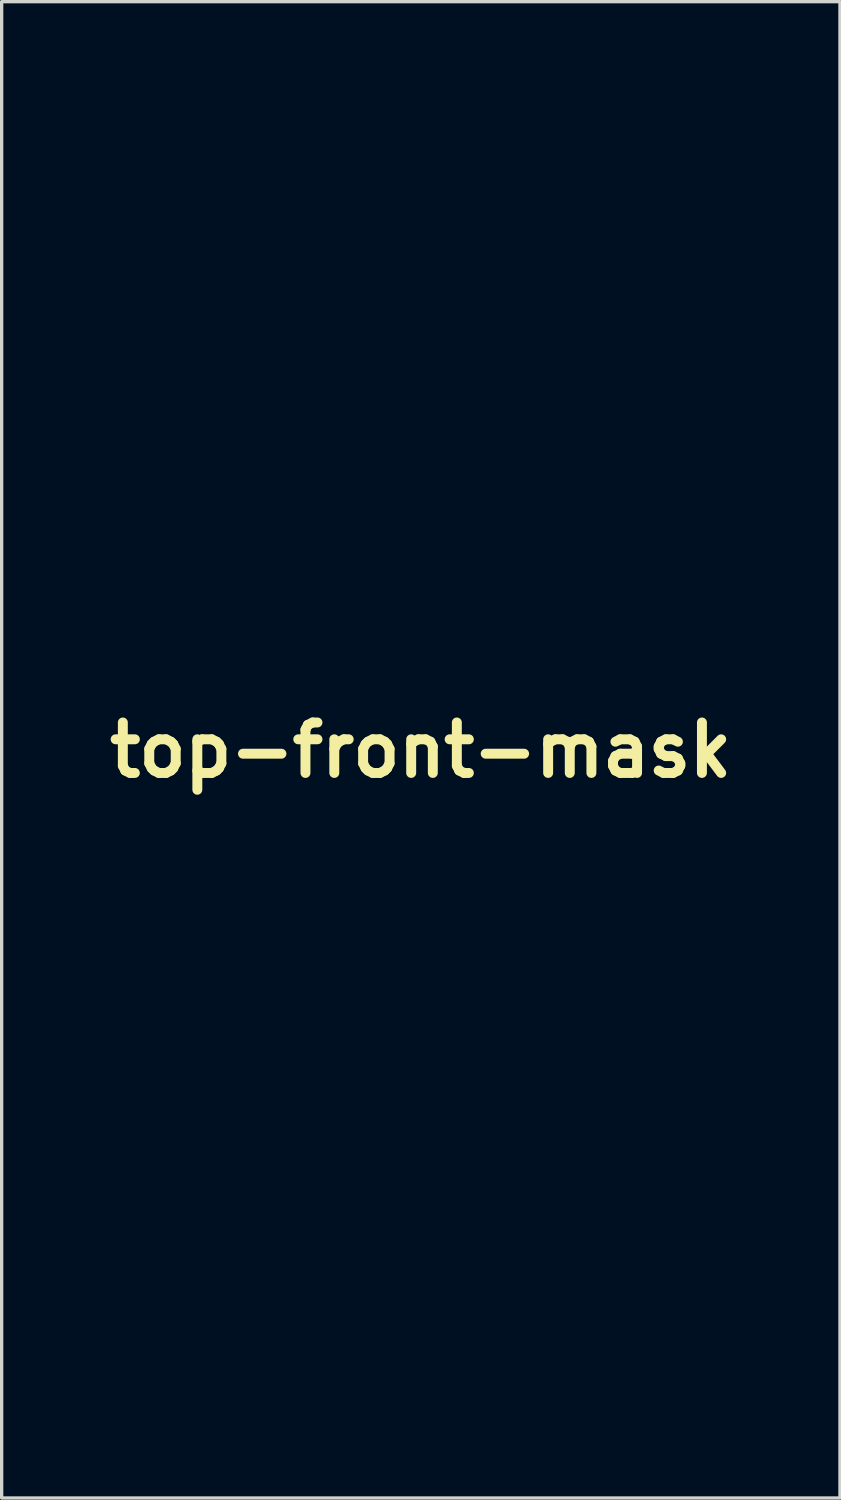
<source format=kicad_pcb>
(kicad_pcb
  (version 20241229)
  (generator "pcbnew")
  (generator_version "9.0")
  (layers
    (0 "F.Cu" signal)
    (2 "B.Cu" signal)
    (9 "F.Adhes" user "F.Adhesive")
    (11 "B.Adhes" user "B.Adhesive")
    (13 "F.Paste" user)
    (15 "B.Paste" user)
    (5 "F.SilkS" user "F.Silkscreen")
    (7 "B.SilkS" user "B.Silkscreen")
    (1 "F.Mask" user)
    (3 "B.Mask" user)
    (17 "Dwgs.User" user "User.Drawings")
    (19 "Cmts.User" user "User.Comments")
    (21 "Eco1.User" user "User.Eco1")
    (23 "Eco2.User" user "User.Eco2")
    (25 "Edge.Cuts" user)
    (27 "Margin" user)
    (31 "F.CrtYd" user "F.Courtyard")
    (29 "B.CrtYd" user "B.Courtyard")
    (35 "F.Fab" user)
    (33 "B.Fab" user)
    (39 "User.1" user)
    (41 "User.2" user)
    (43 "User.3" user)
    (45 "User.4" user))
  (footprint "top-front-mask"
    (layer "F.Cu")
    (at 9.659 19.605)
    (property "Reference" "top-front-mask" (at 0 0 0) (layer "F.SilkS") (effects (font (size 1.524 1.524) (thickness 0.3))))
    (attr through_hole)
    (fp_poly (pts (xy 1.4 19.275) (xy 1.375 19.3) (xy 1.35 19.275) (xy 1.375 19.25) (xy 1.4 19.275)) (stroke (width 0.01) (type solid)) (fill yes) (layer "F.Mask"))
    (fp_poly (pts (xy -4.012 -2.602) (xy -3.837 -2.558) (xy -3.683 -2.482) (xy -3.432 -2.297) (xy -3.23 -2.071) (xy -3.089 -1.825) (xy -3.019 -1.578) (xy -3.029 -1.359) (xy -3.075 -1.175) (xy -4.244 -1.162) (xy -5.414 -1.148) (xy -5.389 -1.49) (xy -5.327 -1.839) (xy -5.192 -2.124) (xy -4.977 -2.357) (xy -4.834 -2.46) (xy -4.678 -2.552) (xy -4.548 -2.6) (xy -4.399 -2.618) (xy -4.239 -2.618) (xy -4.012 -2.602)) (stroke (width 0.01) (type solid)) (fill yes) (layer "F.Mask"))
    (fp_poly (pts (xy 3.964 3.985) (xy 4.06 4.016) (xy 4.259 4.146) (xy 4.38 4.337) (xy 4.422 4.591) (xy 4.422 4.592) (xy 4.425 4.822) (xy 4.2 4.854) (xy 3.877 4.894) (xy 3.587 4.919) (xy 3.345 4.928) (xy 3.167 4.921) (xy 3.069 4.898) (xy 3.062 4.892) (xy 3.008 4.773) (xy 3.011 4.607) (xy 3.064 4.422) (xy 3.157 4.245) (xy 3.283 4.105) (xy 3.3 4.092) (xy 3.493 4.002) (xy 3.729 3.965) (xy 3.964 3.985)) (stroke (width 0.01) (type solid)) (fill yes) (layer "F.Mask"))
    (fp_poly (pts (xy 3.301 -0.558) (xy 3.487 -0.428) (xy 3.617 -0.241) (xy 3.676 -0.01) (xy 3.65 0.25) (xy 3.587 0.388) (xy 3.502 0.454) (xy 3.414 0.437) (xy 3.365 0.379) (xy 3.297 0.328) (xy 3.163 0.263) (xy 2.991 0.198) (xy 2.813 0.142) (xy 2.659 0.106) (xy 2.589 0.099) (xy 2.439 0.078) (xy 2.37 0.008) (xy 2.374 -0.124) (xy 2.39 -0.188) (xy 2.478 -0.385) (xy 2.613 -0.512) (xy 2.81 -0.59) (xy 3.07 -0.617) (xy 3.301 -0.558)) (stroke (width 0.01) (type solid)) (fill yes) (layer "F.Mask"))
    (fp_poly (pts (xy -0.463 0.649) (xy -0.279 0.717) (xy -0.108 0.805) (xy -0.001 0.893) (xy 0.073 1.009) (xy 0.096 1.061) (xy 0.161 1.244) (xy 0.207 1.439) (xy 0.231 1.617) (xy 0.226 1.745) (xy 0.212 1.78) (xy 0.153 1.799) (xy 0.014 1.818) (xy -0.185 1.837) (xy -0.424 1.854) (xy -0.682 1.868) (xy -0.94 1.879) (xy -1.178 1.885) (xy -1.375 1.885) (xy -1.512 1.879) (xy -1.566 1.867) (xy -1.585 1.802) (xy -1.597 1.67) (xy -1.6 1.566) (xy -1.558 1.246) (xy -1.442 0.983) (xy -1.262 0.784) (xy -1.03 0.657) (xy -0.76 0.609) (xy -0.463 0.649)) (stroke (width 0.01) (type solid)) (fill yes) (layer "F.Mask"))
    (fp_poly (pts (xy -2.692 -14.86) (xy -2.474 -14.859) (xy -2.313 -14.855) (xy -2.263 -14.853) (xy -2.225 -14.839) (xy -2.207 -14.792) (xy -2.21 -14.698) (xy -2.236 -14.542) (xy -2.286 -14.312) (xy -2.323 -14.15) (xy -2.379 -13.91) (xy -2.43 -13.684) (xy -2.47 -13.503) (xy -2.486 -13.425) (xy -2.525 -13.225) (xy -2.938 -13.21) (xy -3.16 -13.208) (xy -3.297 -13.219) (xy -3.362 -13.245) (xy -3.371 -13.26) (xy -3.4 -13.349) (xy -3.445 -13.48) (xy -3.452 -13.5) (xy -3.5 -13.662) (xy -3.545 -13.854) (xy -3.556 -13.912) (xy -3.612 -14.213) (xy -3.654 -14.431) (xy -3.669 -14.5) (xy -3.237 -14.5) (xy -3.233 -14.376) (xy -3.175 -14.3) (xy -3.115 -14.193) (xy -3.104 -14.034) (xy -3.144 -13.86) (xy -3.157 -13.831) (xy -3.194 -13.682) (xy -3.151 -13.589) (xy -3.03 -13.557) (xy -2.988 -13.559) (xy -2.854 -13.598) (xy -2.809 -13.665) (xy -2.813 -13.791) (xy -2.828 -13.84) (xy -2.851 -13.958) (xy -2.85 -14.112) (xy -2.829 -14.253) (xy -2.797 -14.328) (xy -2.771 -14.428) (xy -2.815 -14.546) (xy -2.913 -14.643) (xy -2.929 -14.652) (xy -3.031 -14.689) (xy -3.113 -14.657) (xy -3.15 -14.625) (xy -3.237 -14.5) (xy -3.669 -14.5) (xy -3.686 -14.584) (xy -3.712 -14.689) (xy -3.726 -14.738) (xy -3.739 -14.795) (xy -3.721 -14.829) (xy -3.651 -14.847) (xy -3.512 -14.854) (xy -3.393 -14.857) (xy -3.181 -14.86) (xy -2.937 -14.861) (xy -2.692 -14.86)) (stroke (width 0.01) (type solid)) (fill yes) (layer "F.Mask"))
    (fp_poly (pts (xy 4.876 -19.584) (xy 4.893 -19.525) (xy 4.894 -19.404) (xy 4.88 -19.212) (xy 4.867 -18.994) (xy 4.874 -18.841) (xy 4.904 -18.722) (xy 4.936 -18.65) (xy 5.013 -18.53) (xy 5.103 -18.48) (xy 5.188 -18.472) (xy 5.318 -18.454) (xy 5.405 -18.415) (xy 5.406 -18.414) (xy 5.421 -18.353) (xy 5.341 -18.299) (xy 5.171 -18.255) (xy 4.915 -18.222) (xy 4.865 -18.218) (xy 4.599 -18.189) (xy 4.426 -18.153) (xy 4.34 -18.107) (xy 4.335 -18.048) (xy 4.351 -18.024) (xy 4.388 -17.905) (xy 4.352 -17.738) (xy 4.249 -17.54) (xy 4.131 -17.379) (xy 3.917 -17.129) (xy 3.741 -16.949) (xy 3.586 -16.826) (xy 3.437 -16.745) (xy 3.323 -16.707) (xy 3.12 -16.649) (xy 2.911 -16.588) (xy 2.85 -16.57) (xy 2.523 -16.473) (xy 2.246 -16.396) (xy 2.03 -16.341) (xy 1.889 -16.311) (xy 1.842 -16.308) (xy 1.747 -16.32) (xy 1.613 -16.336) (xy 1.612 -16.336) (xy 1.459 -16.386) (xy 1.319 -16.476) (xy 1.318 -16.478) (xy 1.235 -16.57) (xy 1.206 -16.666) (xy 1.218 -16.812) (xy 1.218 -16.812) (xy 1.279 -17.182) (xy 1.348 -17.47) (xy 1.432 -17.694) (xy 1.54 -17.87) (xy 1.681 -18.016) (xy 1.845 -18.139) (xy 2.015 -18.246) (xy 2.175 -18.336) (xy 2.279 -18.385) (xy 2.4 -18.432) (xy 2.576 -18.499) (xy 2.763 -18.57) (xy 2.97 -18.641) (xy 3.164 -18.681) (xy 3.387 -18.698) (xy 3.551 -18.7) (xy 3.775 -18.697) (xy 3.924 -18.684) (xy 4.02 -18.658) (xy 4.086 -18.614) (xy 4.098 -18.602) (xy 4.164 -18.544) (xy 4.214 -18.543) (xy 4.281 -18.608) (xy 4.323 -18.656) (xy 4.405 -18.774) (xy 4.448 -18.874) (xy 4.45 -18.89) (xy 4.472 -19.009) (xy 4.526 -19.174) (xy 4.596 -19.345) (xy 4.667 -19.479) (xy 4.691 -19.512) (xy 4.78 -19.583) (xy 4.839 -19.6) (xy 4.876 -19.584)) (stroke (width 0.01) (type solid)) (fill yes) (layer "F.Mask"))
    (fp_poly (pts (xy 1.625 16.446) (xy 1.827 16.474) (xy 2.078 16.536) (xy 2.346 16.62) (xy 2.597 16.715) (xy 2.799 16.812) (xy 2.872 16.858) (xy 3.001 16.942) (xy 3.102 16.993) (xy 3.132 17) (xy 3.213 17.036) (xy 3.328 17.128) (xy 3.45 17.251) (xy 3.554 17.382) (xy 3.567 17.402) (xy 3.614 17.51) (xy 3.667 17.685) (xy 3.716 17.892) (xy 3.728 17.952) (xy 3.789 18.232) (xy 3.854 18.426) (xy 3.931 18.549) (xy 4.025 18.616) (xy 4.049 18.625) (xy 4.126 18.689) (xy 4.15 18.785) (xy 4.11 18.868) (xy 4.1 18.875) (xy 4.058 18.945) (xy 4.05 19.003) (xy 4.037 19.063) (xy 3.982 19.086) (xy 3.859 19.082) (xy 3.829 19.079) (xy 3.716 19.075) (xy 3.584 19.087) (xy 3.415 19.118) (xy 3.191 19.172) (xy 2.895 19.252) (xy 2.8 19.278) (xy 2.677 19.337) (xy 2.548 19.432) (xy 2.541 19.437) (xy 2.376 19.534) (xy 2.165 19.583) (xy 1.953 19.577) (xy 1.857 19.549) (xy 1.779 19.509) (xy 1.771 19.46) (xy 1.825 19.368) (xy 1.873 19.269) (xy 1.853 19.203) (xy 1.754 19.159) (xy 1.589 19.127) (xy 1.401 19.1) (xy 1.212 19.073) (xy 1.208 19.072) (xy 0.96 19.007) (xy 0.786 18.9) (xy 0.691 18.762) (xy 0.683 18.601) (xy 0.768 18.429) (xy 0.897 18.26) (xy 0.648 18.34) (xy 0.463 18.385) (xy 0.359 18.374) (xy 0.332 18.304) (xy 0.38 18.175) (xy 0.38 18.174) (xy 0.425 18.036) (xy 0.456 17.837) (xy 0.466 17.676) (xy 0.476 17.485) (xy 0.495 17.375) (xy 0.529 17.322) (xy 0.56 17.31) (xy 0.646 17.341) (xy 0.72 17.441) (xy 0.803 17.551) (xy 0.897 17.614) (xy 0.898 17.614) (xy 0.964 17.619) (xy 0.994 17.571) (xy 1 17.448) (xy 0.99 17.318) (xy 0.967 17.238) (xy 0.96 17.231) (xy 0.943 17.172) (xy 0.941 17.044) (xy 0.95 16.923) (xy 0.993 16.707) (xy 1.074 16.562) (xy 1.209 16.478) (xy 1.413 16.444) (xy 1.625 16.446)) (stroke (width 0.01) (type solid)) (fill yes) (layer "F.Mask")))
  (gr_rect
    (start -3 -3)
    (end 22.319 42.193)
    (stroke (width 0.1) (type default))
    (fill no)
    (layer "Edge.Cuts")))
</source>
